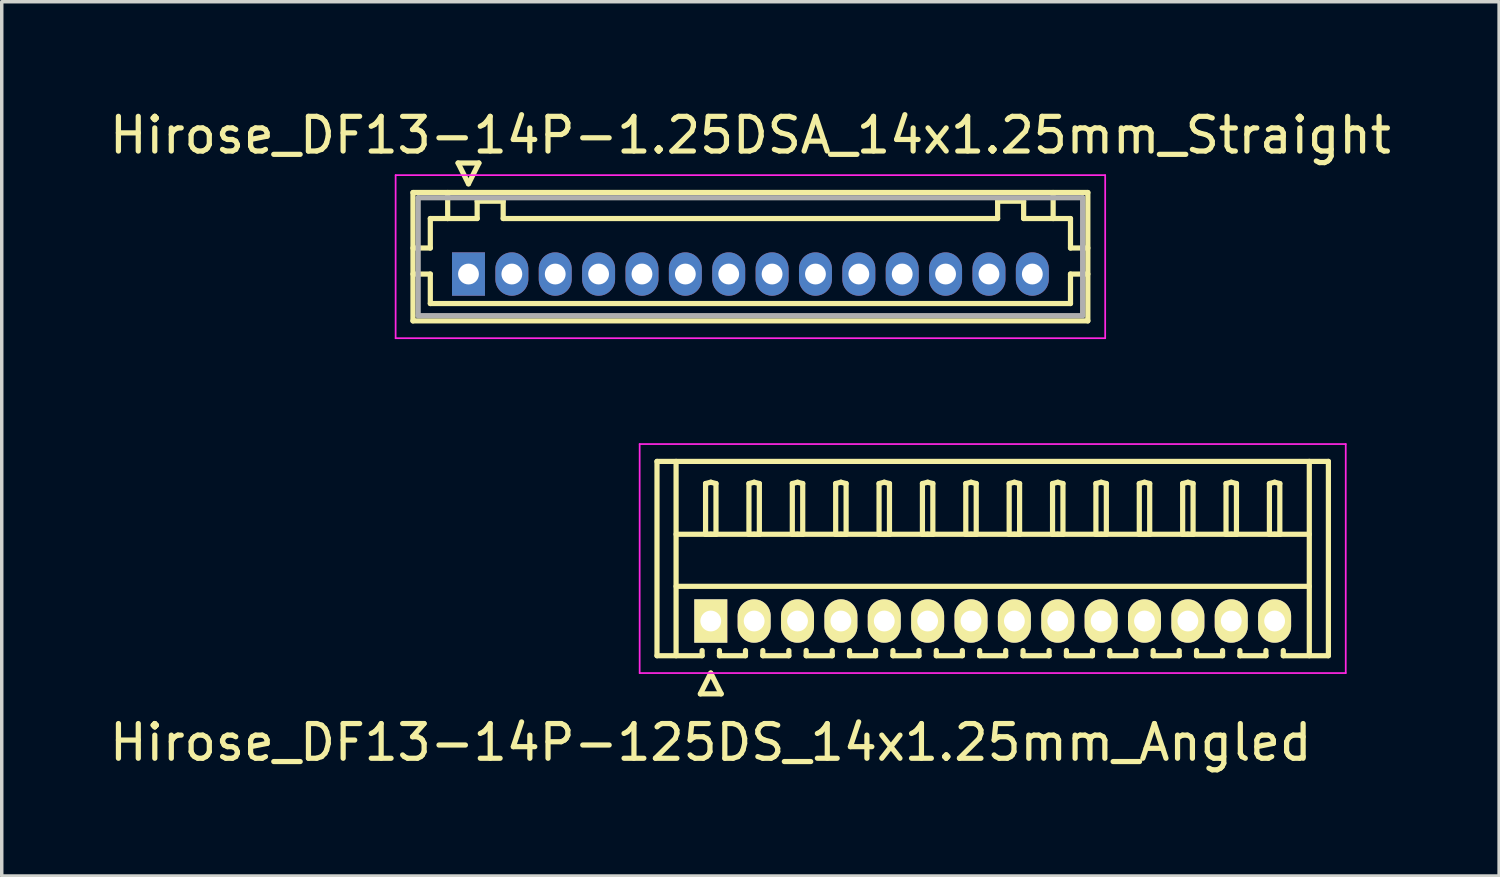
<source format=kicad_pcb>
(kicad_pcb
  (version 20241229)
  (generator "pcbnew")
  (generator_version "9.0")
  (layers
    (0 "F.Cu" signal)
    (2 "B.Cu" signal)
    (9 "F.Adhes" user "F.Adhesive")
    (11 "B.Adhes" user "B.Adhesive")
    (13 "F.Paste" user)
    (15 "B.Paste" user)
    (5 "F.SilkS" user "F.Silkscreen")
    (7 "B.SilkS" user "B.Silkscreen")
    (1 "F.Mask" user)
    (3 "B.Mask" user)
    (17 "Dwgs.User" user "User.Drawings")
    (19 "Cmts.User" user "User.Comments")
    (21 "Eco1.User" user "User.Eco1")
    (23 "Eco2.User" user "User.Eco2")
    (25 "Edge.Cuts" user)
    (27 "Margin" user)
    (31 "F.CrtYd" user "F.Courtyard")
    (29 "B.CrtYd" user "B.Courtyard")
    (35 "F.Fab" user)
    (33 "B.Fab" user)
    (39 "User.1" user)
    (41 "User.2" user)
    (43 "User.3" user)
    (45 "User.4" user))
  (footprint "Hirose_DF13-14P-125DS_14x1.25mm_Angled"
    (layer "F.Cu")
    (at 17.435 14.848)
    (property "Reference" "Hirose_DF13-14P-125DS_14x1.25mm_Angled" (at 0 3.5 0) (layer "F.SilkS") (effects (font (size 1 1) (thickness 0.15))))
    (attr through_hole)
    (fp_line (start -1.55 -4.6) (end 17.8 -4.6) (stroke (width 0.15) (type solid)) (layer "F.SilkS"))
    (fp_line (start -1.55 1) (end -1.55 -4.6) (stroke (width 0.15) (type solid)) (layer "F.SilkS"))
    (fp_line (start -1 -4.6) (end -1 1) (stroke (width 0.15) (type solid)) (layer "F.SilkS"))
    (fp_line (start -1 -2.5) (end 17.25 -2.5) (stroke (width 0.15) (type solid)) (layer "F.SilkS"))
    (fp_line (start -1 -1) (end 17.25 -1) (stroke (width 0.15) (type solid)) (layer "F.SilkS"))
    (fp_line (start -0.3 2.1) (end 0.3 2.1) (stroke (width 0.15) (type solid)) (layer "F.SilkS"))
    (fp_line (start -0.25 0.85) (end -0.25 1) (stroke (width 0.15) (type solid)) (layer "F.SilkS"))
    (fp_line (start -0.25 1) (end -1.55 1) (stroke (width 0.15) (type solid)) (layer "F.SilkS"))
    (fp_line (start -0.15 -3.962) (end 0 -4) (stroke (width 0.15) (type solid)) (layer "F.SilkS"))
    (fp_line (start -0.15 -2.5) (end -0.15 -3.962) (stroke (width 0.15) (type solid)) (layer "F.SilkS"))
    (fp_line (start 0 -4) (end 0.15 -3.962) (stroke (width 0.15) (type solid)) (layer "F.SilkS"))
    (fp_line (start 0 -2.5) (end -0.15 -2.5) (stroke (width 0.15) (type solid)) (layer "F.SilkS"))
    (fp_line (start 0 1.5) (end -0.3 2.1) (stroke (width 0.15) (type solid)) (layer "F.SilkS"))
    (fp_line (start 0.15 -3.962) (end 0.15 -2.5) (stroke (width 0.15) (type solid)) (layer "F.SilkS"))
    (fp_line (start 0.15 -2.5) (end 0 -2.5) (stroke (width 0.15) (type solid)) (layer "F.SilkS"))
    (fp_line (start 0.25 0.85) (end 0.25 1) (stroke (width 0.15) (type solid)) (layer "F.SilkS"))
    (fp_line (start 0.25 1) (end 1 1) (stroke (width 0.15) (type solid)) (layer "F.SilkS"))
    (fp_line (start 0.3 2.1) (end 0 1.5) (stroke (width 0.15) (type solid)) (layer "F.SilkS"))
    (fp_line (start 1 1) (end 1 0.85) (stroke (width 0.15) (type solid)) (layer "F.SilkS"))
    (fp_line (start 1.1 -3.962) (end 1.25 -4) (stroke (width 0.15) (type solid)) (layer "F.SilkS"))
    (fp_line (start 1.1 -2.5) (end 1.1 -3.962) (stroke (width 0.15) (type solid)) (layer "F.SilkS"))
    (fp_line (start 1.25 -4) (end 1.4 -3.962) (stroke (width 0.15) (type solid)) (layer "F.SilkS"))
    (fp_line (start 1.25 -2.5) (end 1.1 -2.5) (stroke (width 0.15) (type solid)) (layer "F.SilkS"))
    (fp_line (start 1.4 -3.962) (end 1.4 -2.5) (stroke (width 0.15) (type solid)) (layer "F.SilkS"))
    (fp_line (start 1.4 -2.5) (end 1.25 -2.5) (stroke (width 0.15) (type solid)) (layer "F.SilkS"))
    (fp_line (start 1.5 0.85) (end 1.5 1) (stroke (width 0.15) (type solid)) (layer "F.SilkS"))
    (fp_line (start 1.5 1) (end 2.25 1) (stroke (width 0.15) (type solid)) (layer "F.SilkS"))
    (fp_line (start 2.25 1) (end 2.25 0.85) (stroke (width 0.15) (type solid)) (layer "F.SilkS"))
    (fp_line (start 2.35 -3.962) (end 2.5 -4) (stroke (width 0.15) (type solid)) (layer "F.SilkS"))
    (fp_line (start 2.35 -2.5) (end 2.35 -3.962) (stroke (width 0.15) (type solid)) (layer "F.SilkS"))
    (fp_line (start 2.5 -4) (end 2.65 -3.962) (stroke (width 0.15) (type solid)) (layer "F.SilkS"))
    (fp_line (start 2.5 -2.5) (end 2.35 -2.5) (stroke (width 0.15) (type solid)) (layer "F.SilkS"))
    (fp_line (start 2.65 -3.962) (end 2.65 -2.5) (stroke (width 0.15) (type solid)) (layer "F.SilkS"))
    (fp_line (start 2.65 -2.5) (end 2.5 -2.5) (stroke (width 0.15) (type solid)) (layer "F.SilkS"))
    (fp_line (start 2.75 0.85) (end 2.75 1) (stroke (width 0.15) (type solid)) (layer "F.SilkS"))
    (fp_line (start 2.75 1) (end 3.5 1) (stroke (width 0.15) (type solid)) (layer "F.SilkS"))
    (fp_line (start 3.5 1) (end 3.5 0.85) (stroke (width 0.15) (type solid)) (layer "F.SilkS"))
    (fp_line (start 3.6 -3.962) (end 3.75 -4) (stroke (width 0.15) (type solid)) (layer "F.SilkS"))
    (fp_line (start 3.6 -2.5) (end 3.6 -3.962) (stroke (width 0.15) (type solid)) (layer "F.SilkS"))
    (fp_line (start 3.75 -4) (end 3.9 -3.962) (stroke (width 0.15) (type solid)) (layer "F.SilkS"))
    (fp_line (start 3.75 -2.5) (end 3.6 -2.5) (stroke (width 0.15) (type solid)) (layer "F.SilkS"))
    (fp_line (start 3.9 -3.962) (end 3.9 -2.5) (stroke (width 0.15) (type solid)) (layer "F.SilkS"))
    (fp_line (start 3.9 -2.5) (end 3.75 -2.5) (stroke (width 0.15) (type solid)) (layer "F.SilkS"))
    (fp_line (start 4 0.85) (end 4 1) (stroke (width 0.15) (type solid)) (layer "F.SilkS"))
    (fp_line (start 4 1) (end 4.75 1) (stroke (width 0.15) (type solid)) (layer "F.SilkS"))
    (fp_line (start 4.75 1) (end 4.75 0.85) (stroke (width 0.15) (type solid)) (layer "F.SilkS"))
    (fp_line (start 4.85 -3.962) (end 5 -4) (stroke (width 0.15) (type solid)) (layer "F.SilkS"))
    (fp_line (start 4.85 -2.5) (end 4.85 -3.962) (stroke (width 0.15) (type solid)) (layer "F.SilkS"))
    (fp_line (start 5 -4) (end 5.15 -3.962) (stroke (width 0.15) (type solid)) (layer "F.SilkS"))
    (fp_line (start 5 -2.5) (end 4.85 -2.5) (stroke (width 0.15) (type solid)) (layer "F.SilkS"))
    (fp_line (start 5.15 -3.962) (end 5.15 -2.5) (stroke (width 0.15) (type solid)) (layer "F.SilkS"))
    (fp_line (start 5.15 -2.5) (end 5 -2.5) (stroke (width 0.15) (type solid)) (layer "F.SilkS"))
    (fp_line (start 5.25 0.85) (end 5.25 1) (stroke (width 0.15) (type solid)) (layer "F.SilkS"))
    (fp_line (start 5.25 1) (end 6 1) (stroke (width 0.15) (type solid)) (layer "F.SilkS"))
    (fp_line (start 6 1) (end 6 0.85) (stroke (width 0.15) (type solid)) (layer "F.SilkS"))
    (fp_line (start 6.1 -3.962) (end 6.25 -4) (stroke (width 0.15) (type solid)) (layer "F.SilkS"))
    (fp_line (start 6.1 -2.5) (end 6.1 -3.962) (stroke (width 0.15) (type solid)) (layer "F.SilkS"))
    (fp_line (start 6.25 -4) (end 6.4 -3.962) (stroke (width 0.15) (type solid)) (layer "F.SilkS"))
    (fp_line (start 6.25 -2.5) (end 6.1 -2.5) (stroke (width 0.15) (type solid)) (layer "F.SilkS"))
    (fp_line (start 6.4 -3.962) (end 6.4 -2.5) (stroke (width 0.15) (type solid)) (layer "F.SilkS"))
    (fp_line (start 6.4 -2.5) (end 6.25 -2.5) (stroke (width 0.15) (type solid)) (layer "F.SilkS"))
    (fp_line (start 6.5 0.85) (end 6.5 1) (stroke (width 0.15) (type solid)) (layer "F.SilkS"))
    (fp_line (start 6.5 1) (end 7.25 1) (stroke (width 0.15) (type solid)) (layer "F.SilkS"))
    (fp_line (start 7.25 1) (end 7.25 0.85) (stroke (width 0.15) (type solid)) (layer "F.SilkS"))
    (fp_line (start 7.35 -3.962) (end 7.5 -4) (stroke (width 0.15) (type solid)) (layer "F.SilkS"))
    (fp_line (start 7.35 -2.5) (end 7.35 -3.962) (stroke (width 0.15) (type solid)) (layer "F.SilkS"))
    (fp_line (start 7.5 -4) (end 7.65 -3.962) (stroke (width 0.15) (type solid)) (layer "F.SilkS"))
    (fp_line (start 7.5 -2.5) (end 7.35 -2.5) (stroke (width 0.15) (type solid)) (layer "F.SilkS"))
    (fp_line (start 7.65 -3.962) (end 7.65 -2.5) (stroke (width 0.15) (type solid)) (layer "F.SilkS"))
    (fp_line (start 7.65 -2.5) (end 7.5 -2.5) (stroke (width 0.15) (type solid)) (layer "F.SilkS"))
    (fp_line (start 7.75 0.85) (end 7.75 1) (stroke (width 0.15) (type solid)) (layer "F.SilkS"))
    (fp_line (start 7.75 1) (end 8.5 1) (stroke (width 0.15) (type solid)) (layer "F.SilkS"))
    (fp_line (start 8.5 1) (end 8.5 0.85) (stroke (width 0.15) (type solid)) (layer "F.SilkS"))
    (fp_line (start 8.6 -3.962) (end 8.75 -4) (stroke (width 0.15) (type solid)) (layer "F.SilkS"))
    (fp_line (start 8.6 -2.5) (end 8.6 -3.962) (stroke (width 0.15) (type solid)) (layer "F.SilkS"))
    (fp_line (start 8.75 -4) (end 8.9 -3.962) (stroke (width 0.15) (type solid)) (layer "F.SilkS"))
    (fp_line (start 8.75 -2.5) (end 8.6 -2.5) (stroke (width 0.15) (type solid)) (layer "F.SilkS"))
    (fp_line (start 8.9 -3.962) (end 8.9 -2.5) (stroke (width 0.15) (type solid)) (layer "F.SilkS"))
    (fp_line (start 8.9 -2.5) (end 8.75 -2.5) (stroke (width 0.15) (type solid)) (layer "F.SilkS"))
    (fp_line (start 9 0.85) (end 9 1) (stroke (width 0.15) (type solid)) (layer "F.SilkS"))
    (fp_line (start 9 1) (end 9.75 1) (stroke (width 0.15) (type solid)) (layer "F.SilkS"))
    (fp_line (start 9.75 1) (end 9.75 0.85) (stroke (width 0.15) (type solid)) (layer "F.SilkS"))
    (fp_line (start 9.85 -3.962) (end 10 -4) (stroke (width 0.15) (type solid)) (layer "F.SilkS"))
    (fp_line (start 9.85 -2.5) (end 9.85 -3.962) (stroke (width 0.15) (type solid)) (layer "F.SilkS"))
    (fp_line (start 10 -4) (end 10.15 -3.962) (stroke (width 0.15) (type solid)) (layer "F.SilkS"))
    (fp_line (start 10 -2.5) (end 9.85 -2.5) (stroke (width 0.15) (type solid)) (layer "F.SilkS"))
    (fp_line (start 10.15 -3.962) (end 10.15 -2.5) (stroke (width 0.15) (type solid)) (layer "F.SilkS"))
    (fp_line (start 10.15 -2.5) (end 10 -2.5) (stroke (width 0.15) (type solid)) (layer "F.SilkS"))
    (fp_line (start 10.25 0.85) (end 10.25 1) (stroke (width 0.15) (type solid)) (layer "F.SilkS"))
    (fp_line (start 10.25 1) (end 11 1) (stroke (width 0.15) (type solid)) (layer "F.SilkS"))
    (fp_line (start 11 1) (end 11 0.85) (stroke (width 0.15) (type solid)) (layer "F.SilkS"))
    (fp_line (start 11.1 -3.962) (end 11.25 -4) (stroke (width 0.15) (type solid)) (layer "F.SilkS"))
    (fp_line (start 11.1 -2.5) (end 11.1 -3.962) (stroke (width 0.15) (type solid)) (layer "F.SilkS"))
    (fp_line (start 11.25 -4) (end 11.4 -3.962) (stroke (width 0.15) (type solid)) (layer "F.SilkS"))
    (fp_line (start 11.25 -2.5) (end 11.1 -2.5) (stroke (width 0.15) (type solid)) (layer "F.SilkS"))
    (fp_line (start 11.4 -3.962) (end 11.4 -2.5) (stroke (width 0.15) (type solid)) (layer "F.SilkS"))
    (fp_line (start 11.4 -2.5) (end 11.25 -2.5) (stroke (width 0.15) (type solid)) (layer "F.SilkS"))
    (fp_line (start 11.5 0.85) (end 11.5 1) (stroke (width 0.15) (type solid)) (layer "F.SilkS"))
    (fp_line (start 11.5 1) (end 12.25 1) (stroke (width 0.15) (type solid)) (layer "F.SilkS"))
    (fp_line (start 12.25 1) (end 12.25 0.85) (stroke (width 0.15) (type solid)) (layer "F.SilkS"))
    (fp_line (start 12.35 -3.962) (end 12.5 -4) (stroke (width 0.15) (type solid)) (layer "F.SilkS"))
    (fp_line (start 12.35 -2.5) (end 12.35 -3.962) (stroke (width 0.15) (type solid)) (layer "F.SilkS"))
    (fp_line (start 12.5 -4) (end 12.65 -3.962) (stroke (width 0.15) (type solid)) (layer "F.SilkS"))
    (fp_line (start 12.5 -2.5) (end 12.35 -2.5) (stroke (width 0.15) (type solid)) (layer "F.SilkS"))
    (fp_line (start 12.65 -3.962) (end 12.65 -2.5) (stroke (width 0.15) (type solid)) (layer "F.SilkS"))
    (fp_line (start 12.65 -2.5) (end 12.5 -2.5) (stroke (width 0.15) (type solid)) (layer "F.SilkS"))
    (fp_line (start 12.75 0.85) (end 12.75 1) (stroke (width 0.15) (type solid)) (layer "F.SilkS"))
    (fp_line (start 12.75 1) (end 13.5 1) (stroke (width 0.15) (type solid)) (layer "F.SilkS"))
    (fp_line (start 13.5 1) (end 13.5 0.85) (stroke (width 0.15) (type solid)) (layer "F.SilkS"))
    (fp_line (start 13.6 -3.962) (end 13.75 -4) (stroke (width 0.15) (type solid)) (layer "F.SilkS"))
    (fp_line (start 13.6 -2.5) (end 13.6 -3.962) (stroke (width 0.15) (type solid)) (layer "F.SilkS"))
    (fp_line (start 13.75 -4) (end 13.9 -3.962) (stroke (width 0.15) (type solid)) (layer "F.SilkS"))
    (fp_line (start 13.75 -2.5) (end 13.6 -2.5) (stroke (width 0.15) (type solid)) (layer "F.SilkS"))
    (fp_line (start 13.9 -3.962) (end 13.9 -2.5) (stroke (width 0.15) (type solid)) (layer "F.SilkS"))
    (fp_line (start 13.9 -2.5) (end 13.75 -2.5) (stroke (width 0.15) (type solid)) (layer "F.SilkS"))
    (fp_line (start 14 0.85) (end 14 1) (stroke (width 0.15) (type solid)) (layer "F.SilkS"))
    (fp_line (start 14 1) (end 14.75 1) (stroke (width 0.15) (type solid)) (layer "F.SilkS"))
    (fp_line (start 14.75 1) (end 14.75 0.85) (stroke (width 0.15) (type solid)) (layer "F.SilkS"))
    (fp_line (start 14.85 -3.962) (end 15 -4) (stroke (width 0.15) (type solid)) (layer "F.SilkS"))
    (fp_line (start 14.85 -2.5) (end 14.85 -3.962) (stroke (width 0.15) (type solid)) (layer "F.SilkS"))
    (fp_line (start 15 -4) (end 15.15 -3.962) (stroke (width 0.15) (type solid)) (layer "F.SilkS"))
    (fp_line (start 15 -2.5) (end 14.85 -2.5) (stroke (width 0.15) (type solid)) (layer "F.SilkS"))
    (fp_line (start 15.15 -3.962) (end 15.15 -2.5) (stroke (width 0.15) (type solid)) (layer "F.SilkS"))
    (fp_line (start 15.15 -2.5) (end 15 -2.5) (stroke (width 0.15) (type solid)) (layer "F.SilkS"))
    (fp_line (start 15.25 0.85) (end 15.25 1) (stroke (width 0.15) (type solid)) (layer "F.SilkS"))
    (fp_line (start 15.25 1) (end 16 1) (stroke (width 0.15) (type solid)) (layer "F.SilkS"))
    (fp_line (start 16 1) (end 16 0.85) (stroke (width 0.15) (type solid)) (layer "F.SilkS"))
    (fp_line (start 16.1 -3.962) (end 16.25 -4) (stroke (width 0.15) (type solid)) (layer "F.SilkS"))
    (fp_line (start 16.1 -2.5) (end 16.1 -3.962) (stroke (width 0.15) (type solid)) (layer "F.SilkS"))
    (fp_line (start 16.25 -4) (end 16.4 -3.962) (stroke (width 0.15) (type solid)) (layer "F.SilkS"))
    (fp_line (start 16.25 -2.5) (end 16.1 -2.5) (stroke (width 0.15) (type solid)) (layer "F.SilkS"))
    (fp_line (start 16.4 -3.962) (end 16.4 -2.5) (stroke (width 0.15) (type solid)) (layer "F.SilkS"))
    (fp_line (start 16.4 -2.5) (end 16.25 -2.5) (stroke (width 0.15) (type solid)) (layer "F.SilkS"))
    (fp_line (start 16.5 1) (end 16.5 0.85) (stroke (width 0.15) (type solid)) (layer "F.SilkS"))
    (fp_line (start 17.25 -4.6) (end 17.25 1) (stroke (width 0.15) (type solid)) (layer "F.SilkS"))
    (fp_line (start 17.8 -4.6) (end 17.8 1) (stroke (width 0.15) (type solid)) (layer "F.SilkS"))
    (fp_line (start 17.8 1) (end 16.5 1) (stroke (width 0.15) (type solid)) (layer "F.SilkS"))
    (fp_line (start -2.05 -5.1) (end -2.05 1.5) (stroke (width 0.05) (type solid)) (layer "F.CrtYd"))
    (fp_line (start -2.05 1.5) (end 18.3 1.5) (stroke (width 0.05) (type solid)) (layer "F.CrtYd"))
    (fp_line (start 18.3 -5.1) (end -2.05 -5.1) (stroke (width 0.05) (type solid)) (layer "F.CrtYd"))
    (fp_line (start 18.3 1.5) (end 18.3 -5.1) (stroke (width 0.05) (type solid)) (layer "F.CrtYd"))
    (pad "1" thru_hole rect (at 0 0) (size 0.95 1.25) (drill 0.6) (layers "*.Cu" "*.Mask" "F.SilkS"))
    (pad "2" thru_hole oval (at 1.25 0) (size 0.95 1.25) (drill 0.6) (layers "*.Cu" "*.Mask" "F.SilkS"))
    (pad "3" thru_hole oval (at 2.5 0) (size 0.95 1.25) (drill 0.6) (layers "*.Cu" "*.Mask" "F.SilkS"))
    (pad "4" thru_hole oval (at 3.75 0) (size 0.95 1.25) (drill 0.6) (layers "*.Cu" "*.Mask" "F.SilkS"))
    (pad "5" thru_hole oval (at 5 0) (size 0.95 1.25) (drill 0.6) (layers "*.Cu" "*.Mask" "F.SilkS"))
    (pad "6" thru_hole oval (at 6.25 0) (size 0.95 1.25) (drill 0.6) (layers "*.Cu" "*.Mask" "F.SilkS"))
    (pad "7" thru_hole oval (at 7.5 0) (size 0.95 1.25) (drill 0.6) (layers "*.Cu" "*.Mask" "F.SilkS"))
    (pad "8" thru_hole oval (at 8.75 0) (size 0.95 1.25) (drill 0.6) (layers "*.Cu" "*.Mask" "F.SilkS"))
    (pad "9" thru_hole oval (at 10 0) (size 0.95 1.25) (drill 0.6) (layers "*.Cu" "*.Mask" "F.SilkS"))
    (pad "10" thru_hole oval (at 11.25 0) (size 0.95 1.25) (drill 0.6) (layers "*.Cu" "*.Mask" "F.SilkS"))
    (pad "11" thru_hole oval (at 12.5 0) (size 0.95 1.25) (drill 0.6) (layers "*.Cu" "*.Mask" "F.SilkS"))
    (pad "12" thru_hole oval (at 13.75 0) (size 0.95 1.25) (drill 0.6) (layers "*.Cu" "*.Mask" "F.SilkS"))
    (pad "13" thru_hole oval (at 15 0) (size 0.95 1.25) (drill 0.6) (layers "*.Cu" "*.Mask" "F.SilkS"))
    (pad "14" thru_hole oval (at 16.25 0) (size 0.95 1.25) (drill 0.6) (layers "*.Cu" "*.Mask" "F.SilkS")))
  (footprint "Hirose_DF13-14P-1.25DSA_14x1.25mm_Straight"
    (layer "F.Cu")
    (at 10.452 4.848)
    (property "Reference" "Hirose_DF13-14P-1.25DSA_14x1.25mm_Straight" (at 8.125 -4 0) (layer "F.SilkS") (effects (font (size 1 1) (thickness 0.15))))
    (attr through_hole)
    (fp_line (start -1.6 -2.35) (end -1.6 1.35) (stroke (width 0.15) (type solid)) (layer "F.SilkS"))
    (fp_line (start -1.6 -0.75) (end -1.1 -0.75) (stroke (width 0.15) (type solid)) (layer "F.SilkS"))
    (fp_line (start -1.6 0) (end -1.1 0) (stroke (width 0.15) (type solid)) (layer "F.SilkS"))
    (fp_line (start -1.6 1.35) (end 17.85 1.35) (stroke (width 0.15) (type solid)) (layer "F.SilkS"))
    (fp_line (start -1.1 -1.6) (end -0.6 -1.6) (stroke (width 0.15) (type solid)) (layer "F.SilkS"))
    (fp_line (start -1.1 -0.75) (end -1.1 -1.6) (stroke (width 0.15) (type solid)) (layer "F.SilkS"))
    (fp_line (start -1.1 0) (end -1.1 0.85) (stroke (width 0.15) (type solid)) (layer "F.SilkS"))
    (fp_line (start -1.1 0.85) (end 17.35 0.85) (stroke (width 0.15) (type solid)) (layer "F.SilkS"))
    (fp_line (start -0.6 -1.6) (end -0.6 -2.35) (stroke (width 0.15) (type solid)) (layer "F.SilkS"))
    (fp_line (start -0.6 -1.6) (end 0.25 -1.6) (stroke (width 0.15) (type solid)) (layer "F.SilkS"))
    (fp_line (start -0.3 -3.2) (end 0.3 -3.2) (stroke (width 0.15) (type solid)) (layer "F.SilkS"))
    (fp_line (start 0 -2.6) (end -0.3 -3.2) (stroke (width 0.15) (type solid)) (layer "F.SilkS"))
    (fp_line (start 0.25 -2.1) (end 1 -2.1) (stroke (width 0.15) (type solid)) (layer "F.SilkS"))
    (fp_line (start 0.25 -1.6) (end 0.25 -2.1) (stroke (width 0.15) (type solid)) (layer "F.SilkS"))
    (fp_line (start 0.3 -3.2) (end 0 -2.6) (stroke (width 0.15) (type solid)) (layer "F.SilkS"))
    (fp_line (start 1 -2.1) (end 1 -1.6) (stroke (width 0.15) (type solid)) (layer "F.SilkS"))
    (fp_line (start 1 -1.6) (end 15.25 -1.6) (stroke (width 0.15) (type solid)) (layer "F.SilkS"))
    (fp_line (start 15.25 -2.1) (end 16 -2.1) (stroke (width 0.15) (type solid)) (layer "F.SilkS"))
    (fp_line (start 15.25 -1.6) (end 15.25 -2.1) (stroke (width 0.15) (type solid)) (layer "F.SilkS"))
    (fp_line (start 16 -2.1) (end 16 -1.6) (stroke (width 0.15) (type solid)) (layer "F.SilkS"))
    (fp_line (start 16 -1.6) (end 16.85 -1.6) (stroke (width 0.15) (type solid)) (layer "F.SilkS"))
    (fp_line (start 16.85 -1.6) (end 16.85 -2.35) (stroke (width 0.15) (type solid)) (layer "F.SilkS"))
    (fp_line (start 17.35 -1.6) (end 16.85 -1.6) (stroke (width 0.15) (type solid)) (layer "F.SilkS"))
    (fp_line (start 17.35 -0.75) (end 17.35 -1.6) (stroke (width 0.15) (type solid)) (layer "F.SilkS"))
    (fp_line (start 17.35 0) (end 17.85 0) (stroke (width 0.15) (type solid)) (layer "F.SilkS"))
    (fp_line (start 17.35 0.85) (end 17.35 0) (stroke (width 0.15) (type solid)) (layer "F.SilkS"))
    (fp_line (start 17.85 -2.35) (end -1.6 -2.35) (stroke (width 0.15) (type solid)) (layer "F.SilkS"))
    (fp_line (start 17.85 -0.75) (end 17.35 -0.75) (stroke (width 0.15) (type solid)) (layer "F.SilkS"))
    (fp_line (start 17.85 1.35) (end 17.85 -2.35) (stroke (width 0.15) (type solid)) (layer "F.SilkS"))
    (fp_line (start -2.1 -2.85) (end -2.1 1.85) (stroke (width 0.05) (type solid)) (layer "F.CrtYd"))
    (fp_line (start -2.1 1.85) (end 18.35 1.85) (stroke (width 0.05) (type solid)) (layer "F.CrtYd"))
    (fp_line (start 18.35 -2.85) (end -2.1 -2.85) (stroke (width 0.05) (type solid)) (layer "F.CrtYd"))
    (fp_line (start 18.35 1.85) (end 18.35 -2.85) (stroke (width 0.05) (type solid)) (layer "F.CrtYd"))
    (fp_line (start -1.45 -2.2) (end -1.45 1.2) (stroke (width 0.15) (type solid)) (layer "F.Fab"))
    (fp_line (start -1.45 1.2) (end 17.7 1.2) (stroke (width 0.15) (type solid)) (layer "F.Fab"))
    (fp_line (start 17.7 -2.2) (end -1.45 -2.2) (stroke (width 0.15) (type solid)) (layer "F.Fab"))
    (fp_line (start 17.7 1.2) (end 17.7 -2.2) (stroke (width 0.15) (type solid)) (layer "F.Fab"))
    (pad "1" thru_hole rect (at 0 0) (size 0.95 1.25) (drill 0.6) (layers "*.Cu" "*.Mask"))
    (pad "2" thru_hole oval (at 1.25 0) (size 0.95 1.25) (drill 0.6) (layers "*.Cu" "*.Mask"))
    (pad "3" thru_hole oval (at 2.5 0) (size 0.95 1.25) (drill 0.6) (layers "*.Cu" "*.Mask"))
    (pad "4" thru_hole oval (at 3.75 0) (size 0.95 1.25) (drill 0.6) (layers "*.Cu" "*.Mask"))
    (pad "5" thru_hole oval (at 5 0) (size 0.95 1.25) (drill 0.6) (layers "*.Cu" "*.Mask"))
    (pad "6" thru_hole oval (at 6.25 0) (size 0.95 1.25) (drill 0.6) (layers "*.Cu" "*.Mask"))
    (pad "7" thru_hole oval (at 7.5 0) (size 0.95 1.25) (drill 0.6) (layers "*.Cu" "*.Mask"))
    (pad "8" thru_hole oval (at 8.75 0) (size 0.95 1.25) (drill 0.6) (layers "*.Cu" "*.Mask"))
    (pad "9" thru_hole oval (at 10 0) (size 0.95 1.25) (drill 0.6) (layers "*.Cu" "*.Mask"))
    (pad "10" thru_hole oval (at 11.25 0) (size 0.95 1.25) (drill 0.6) (layers "*.Cu" "*.Mask"))
    (pad "11" thru_hole oval (at 12.5 0) (size 0.95 1.25) (drill 0.6) (layers "*.Cu" "*.Mask"))
    (pad "12" thru_hole oval (at 13.75 0) (size 0.95 1.25) (drill 0.6) (layers "*.Cu" "*.Mask"))
    (pad "13" thru_hole oval (at 15 0) (size 0.95 1.25) (drill 0.6) (layers "*.Cu" "*.Mask"))
    (pad "14" thru_hole oval (at 16.25 0) (size 0.95 1.25) (drill 0.6) (layers "*.Cu" "*.Mask")))
  (gr_rect
    (start -3 -3)
    (end 40.155 22.197)
    (stroke (width 0.1) (type default))
    (fill no)
    (layer "Edge.Cuts")))
</source>
